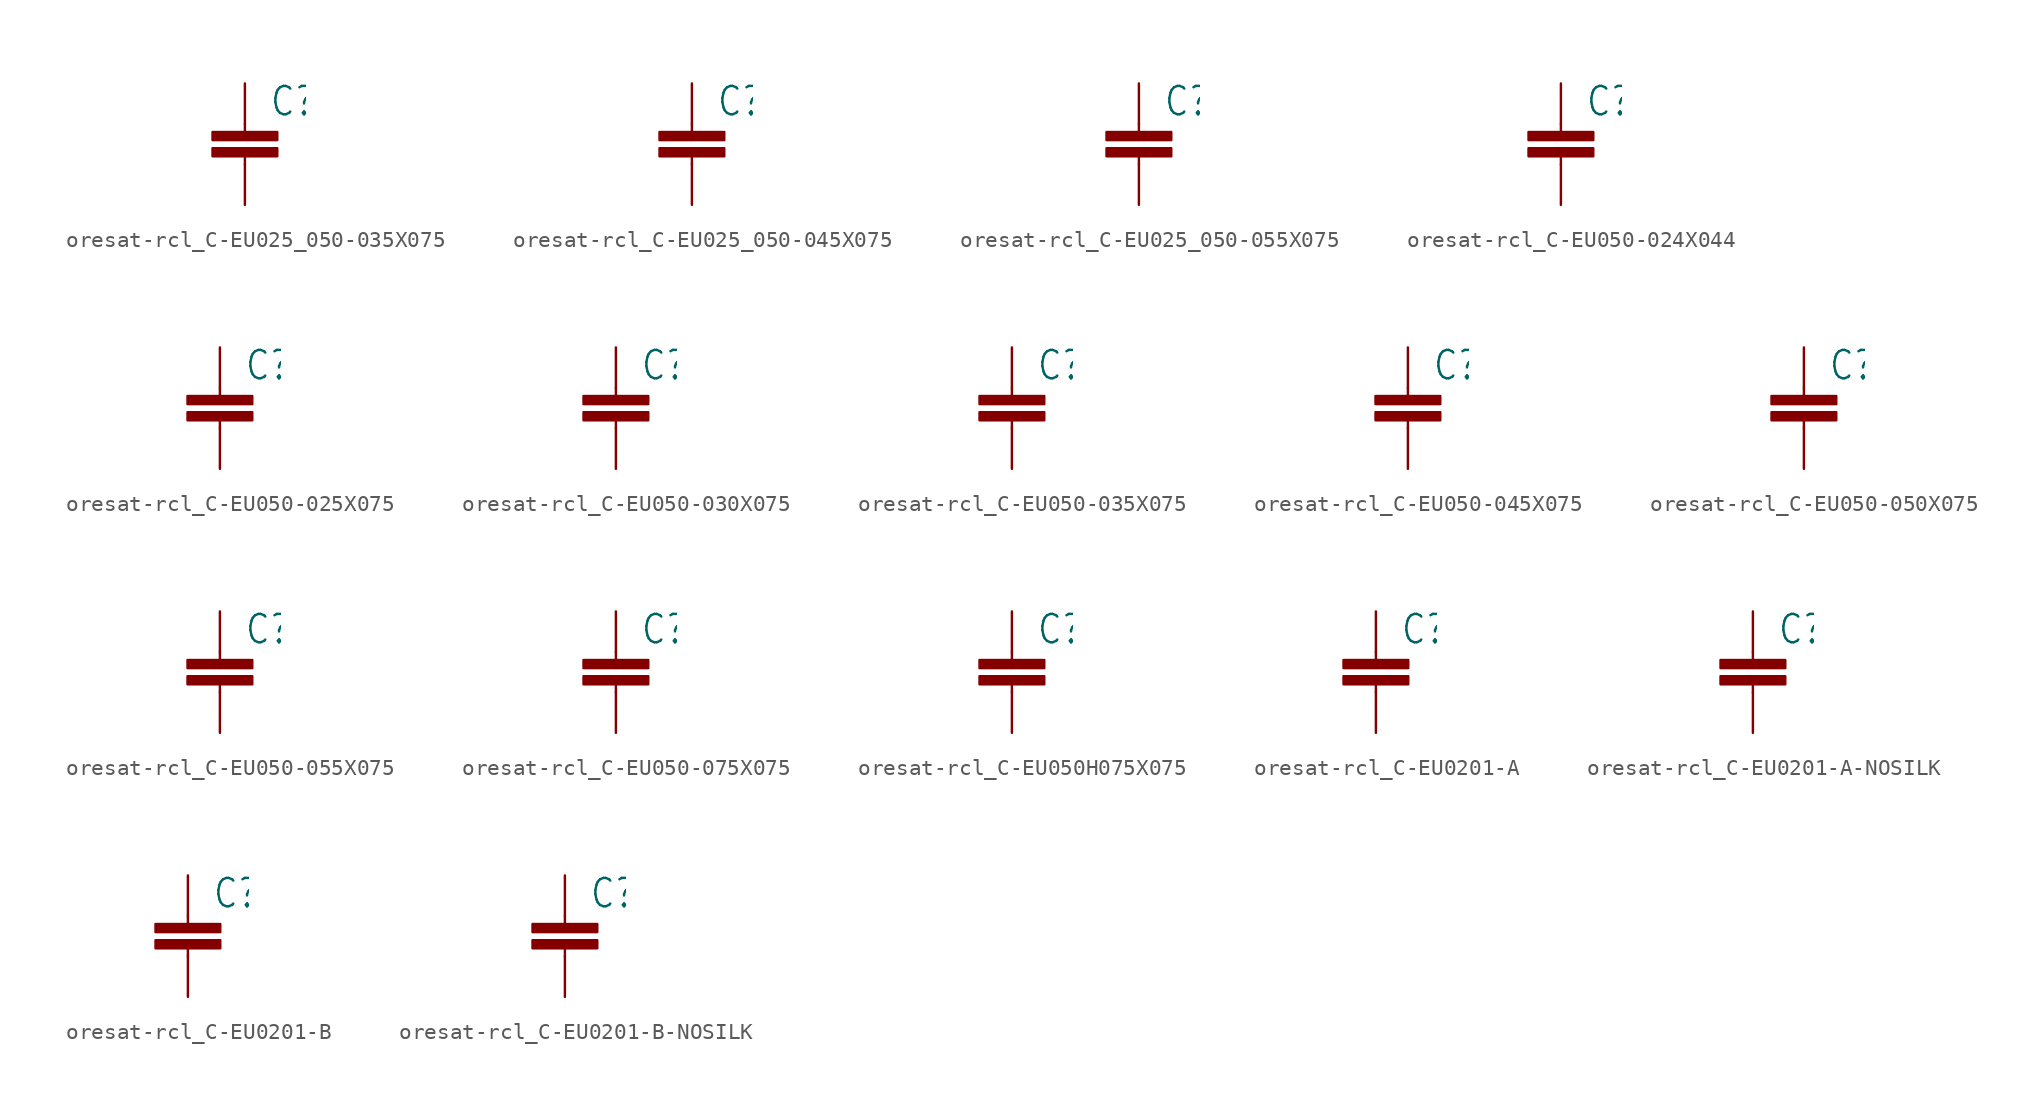
<source format=kicad_sym>
(kicad_symbol_lib
  (version 20220914)
  (generator kicad_symbol_editor)
  (symbol "oresat-rcl_C-EU025_050-035X075"
    (property "Reference" "C"
      (at 1.524 0.381 0)
      (effects (font (size 1.778 1.511)) (justify left bottom)))
    (property "Value" ""
      (at 1.524 -4.699 0)
      (effects (font (size 1.778 1.511)) (justify left bottom)))
    (property "ki_locked" ""
      (at 0 0 0)
      (effects (font (size 1.27 1.27))))
    (symbol "oresat-rcl_C-EU025_050-035X075_1_0"
      (rectangle (start -2.032 -2.032) (end 2.032 -1.524) (stroke (width 0) (type default)) (fill (type outline)))
      (rectangle (start -2.032 -1.016) (end 2.032 -0.508) (stroke (width 0) (type default)) (fill (type outline)))
      (polyline (pts (xy 0 -2.54) (xy 0 -2.032)) (stroke (width 0.152) (type solid)) (fill (type none)))
      (polyline (pts (xy 0 0) (xy 0 -0.508)) (stroke (width 0.152) (type solid)) (fill (type none)))
      (pin passive line (at 0 2.54 270) (length 2.54) (name "1" (effects (font (size 0 0)))) (number "1" (effects (font (size 0 0)))))
      (pin passive line (at 0 -5.08 90) (length 2.54) (name "2" (effects (font (size 0 0)))) (number "2" (effects (font (size 0 0)))))))
  (symbol "oresat-rcl_C-EU025_050-045X075"
    (property "Reference" "C"
      (at 1.524 0.381 0)
      (effects (font (size 1.778 1.511)) (justify left bottom)))
    (property "Value" ""
      (at 1.524 -4.699 0)
      (effects (font (size 1.778 1.511)) (justify left bottom)))
    (property "ki_locked" ""
      (at 0 0 0)
      (effects (font (size 1.27 1.27))))
    (symbol "oresat-rcl_C-EU025_050-045X075_1_0"
      (rectangle (start -2.032 -2.032) (end 2.032 -1.524) (stroke (width 0) (type default)) (fill (type outline)))
      (rectangle (start -2.032 -1.016) (end 2.032 -0.508) (stroke (width 0) (type default)) (fill (type outline)))
      (polyline (pts (xy 0 -2.54) (xy 0 -2.032)) (stroke (width 0.152) (type solid)) (fill (type none)))
      (polyline (pts (xy 0 0) (xy 0 -0.508)) (stroke (width 0.152) (type solid)) (fill (type none)))
      (pin passive line (at 0 2.54 270) (length 2.54) (name "1" (effects (font (size 0 0)))) (number "1" (effects (font (size 0 0)))))
      (pin passive line (at 0 -5.08 90) (length 2.54) (name "2" (effects (font (size 0 0)))) (number "2" (effects (font (size 0 0)))))))
  (symbol "oresat-rcl_C-EU025_050-055X075"
    (property "Reference" "C"
      (at 1.524 0.381 0)
      (effects (font (size 1.778 1.511)) (justify left bottom)))
    (property "Value" ""
      (at 1.524 -4.699 0)
      (effects (font (size 1.778 1.511)) (justify left bottom)))
    (property "ki_locked" ""
      (at 0 0 0)
      (effects (font (size 1.27 1.27))))
    (symbol "oresat-rcl_C-EU025_050-055X075_1_0"
      (rectangle (start -2.032 -2.032) (end 2.032 -1.524) (stroke (width 0) (type default)) (fill (type outline)))
      (rectangle (start -2.032 -1.016) (end 2.032 -0.508) (stroke (width 0) (type default)) (fill (type outline)))
      (polyline (pts (xy 0 -2.54) (xy 0 -2.032)) (stroke (width 0.152) (type solid)) (fill (type none)))
      (polyline (pts (xy 0 0) (xy 0 -0.508)) (stroke (width 0.152) (type solid)) (fill (type none)))
      (pin passive line (at 0 2.54 270) (length 2.54) (name "1" (effects (font (size 0 0)))) (number "1" (effects (font (size 0 0)))))
      (pin passive line (at 0 -5.08 90) (length 2.54) (name "2" (effects (font (size 0 0)))) (number "2" (effects (font (size 0 0)))))))
  (symbol "oresat-rcl_C-EU050-024X044"
    (property "Reference" "C"
      (at 1.524 0.381 0)
      (effects (font (size 1.778 1.511)) (justify left bottom)))
    (property "Value" ""
      (at 1.524 -4.699 0)
      (effects (font (size 1.778 1.511)) (justify left bottom)))
    (property "ki_locked" ""
      (at 0 0 0)
      (effects (font (size 1.27 1.27))))
    (symbol "oresat-rcl_C-EU050-024X044_1_0"
      (rectangle (start -2.032 -2.032) (end 2.032 -1.524) (stroke (width 0) (type default)) (fill (type outline)))
      (rectangle (start -2.032 -1.016) (end 2.032 -0.508) (stroke (width 0) (type default)) (fill (type outline)))
      (polyline (pts (xy 0 -2.54) (xy 0 -2.032)) (stroke (width 0.152) (type solid)) (fill (type none)))
      (polyline (pts (xy 0 0) (xy 0 -0.508)) (stroke (width 0.152) (type solid)) (fill (type none)))
      (pin passive line (at 0 2.54 270) (length 2.54) (name "1" (effects (font (size 0 0)))) (number "1" (effects (font (size 0 0)))))
      (pin passive line (at 0 -5.08 90) (length 2.54) (name "2" (effects (font (size 0 0)))) (number "2" (effects (font (size 0 0)))))))
  (symbol "oresat-rcl_C-EU050-025X075"
    (property "Reference" "C"
      (at 1.524 0.381 0)
      (effects (font (size 1.778 1.511)) (justify left bottom)))
    (property "Value" ""
      (at 1.524 -4.699 0)
      (effects (font (size 1.778 1.511)) (justify left bottom)))
    (property "ki_locked" ""
      (at 0 0 0)
      (effects (font (size 1.27 1.27))))
    (symbol "oresat-rcl_C-EU050-025X075_1_0"
      (rectangle (start -2.032 -2.032) (end 2.032 -1.524) (stroke (width 0) (type default)) (fill (type outline)))
      (rectangle (start -2.032 -1.016) (end 2.032 -0.508) (stroke (width 0) (type default)) (fill (type outline)))
      (polyline (pts (xy 0 -2.54) (xy 0 -2.032)) (stroke (width 0.152) (type solid)) (fill (type none)))
      (polyline (pts (xy 0 0) (xy 0 -0.508)) (stroke (width 0.152) (type solid)) (fill (type none)))
      (pin passive line (at 0 2.54 270) (length 2.54) (name "1" (effects (font (size 0 0)))) (number "1" (effects (font (size 0 0)))))
      (pin passive line (at 0 -5.08 90) (length 2.54) (name "2" (effects (font (size 0 0)))) (number "2" (effects (font (size 0 0)))))))
  (symbol "oresat-rcl_C-EU050-030X075"
    (property "Reference" "C"
      (at 1.524 0.381 0)
      (effects (font (size 1.778 1.511)) (justify left bottom)))
    (property "Value" ""
      (at 1.524 -4.699 0)
      (effects (font (size 1.778 1.511)) (justify left bottom)))
    (property "ki_locked" ""
      (at 0 0 0)
      (effects (font (size 1.27 1.27))))
    (symbol "oresat-rcl_C-EU050-030X075_1_0"
      (rectangle (start -2.032 -2.032) (end 2.032 -1.524) (stroke (width 0) (type default)) (fill (type outline)))
      (rectangle (start -2.032 -1.016) (end 2.032 -0.508) (stroke (width 0) (type default)) (fill (type outline)))
      (polyline (pts (xy 0 -2.54) (xy 0 -2.032)) (stroke (width 0.152) (type solid)) (fill (type none)))
      (polyline (pts (xy 0 0) (xy 0 -0.508)) (stroke (width 0.152) (type solid)) (fill (type none)))
      (pin passive line (at 0 2.54 270) (length 2.54) (name "1" (effects (font (size 0 0)))) (number "1" (effects (font (size 0 0)))))
      (pin passive line (at 0 -5.08 90) (length 2.54) (name "2" (effects (font (size 0 0)))) (number "2" (effects (font (size 0 0)))))))
  (symbol "oresat-rcl_C-EU050-035X075"
    (property "Reference" "C"
      (at 1.524 0.381 0)
      (effects (font (size 1.778 1.511)) (justify left bottom)))
    (property "Value" ""
      (at 1.524 -4.699 0)
      (effects (font (size 1.778 1.511)) (justify left bottom)))
    (property "ki_locked" ""
      (at 0 0 0)
      (effects (font (size 1.27 1.27))))
    (symbol "oresat-rcl_C-EU050-035X075_1_0"
      (rectangle (start -2.032 -2.032) (end 2.032 -1.524) (stroke (width 0) (type default)) (fill (type outline)))
      (rectangle (start -2.032 -1.016) (end 2.032 -0.508) (stroke (width 0) (type default)) (fill (type outline)))
      (polyline (pts (xy 0 -2.54) (xy 0 -2.032)) (stroke (width 0.152) (type solid)) (fill (type none)))
      (polyline (pts (xy 0 0) (xy 0 -0.508)) (stroke (width 0.152) (type solid)) (fill (type none)))
      (pin passive line (at 0 2.54 270) (length 2.54) (name "1" (effects (font (size 0 0)))) (number "1" (effects (font (size 0 0)))))
      (pin passive line (at 0 -5.08 90) (length 2.54) (name "2" (effects (font (size 0 0)))) (number "2" (effects (font (size 0 0)))))))
  (symbol "oresat-rcl_C-EU050-045X075"
    (property "Reference" "C"
      (at 1.524 0.381 0)
      (effects (font (size 1.778 1.511)) (justify left bottom)))
    (property "Value" ""
      (at 1.524 -4.699 0)
      (effects (font (size 1.778 1.511)) (justify left bottom)))
    (property "ki_locked" ""
      (at 0 0 0)
      (effects (font (size 1.27 1.27))))
    (symbol "oresat-rcl_C-EU050-045X075_1_0"
      (rectangle (start -2.032 -2.032) (end 2.032 -1.524) (stroke (width 0) (type default)) (fill (type outline)))
      (rectangle (start -2.032 -1.016) (end 2.032 -0.508) (stroke (width 0) (type default)) (fill (type outline)))
      (polyline (pts (xy 0 -2.54) (xy 0 -2.032)) (stroke (width 0.152) (type solid)) (fill (type none)))
      (polyline (pts (xy 0 0) (xy 0 -0.508)) (stroke (width 0.152) (type solid)) (fill (type none)))
      (pin passive line (at 0 2.54 270) (length 2.54) (name "1" (effects (font (size 0 0)))) (number "1" (effects (font (size 0 0)))))
      (pin passive line (at 0 -5.08 90) (length 2.54) (name "2" (effects (font (size 0 0)))) (number "2" (effects (font (size 0 0)))))))
  (symbol "oresat-rcl_C-EU050-050X075"
    (property "Reference" "C"
      (at 1.524 0.381 0)
      (effects (font (size 1.778 1.511)) (justify left bottom)))
    (property "Value" ""
      (at 1.524 -4.699 0)
      (effects (font (size 1.778 1.511)) (justify left bottom)))
    (property "ki_locked" ""
      (at 0 0 0)
      (effects (font (size 1.27 1.27))))
    (symbol "oresat-rcl_C-EU050-050X075_1_0"
      (rectangle (start -2.032 -2.032) (end 2.032 -1.524) (stroke (width 0) (type default)) (fill (type outline)))
      (rectangle (start -2.032 -1.016) (end 2.032 -0.508) (stroke (width 0) (type default)) (fill (type outline)))
      (polyline (pts (xy 0 -2.54) (xy 0 -2.032)) (stroke (width 0.152) (type solid)) (fill (type none)))
      (polyline (pts (xy 0 0) (xy 0 -0.508)) (stroke (width 0.152) (type solid)) (fill (type none)))
      (pin passive line (at 0 2.54 270) (length 2.54) (name "1" (effects (font (size 0 0)))) (number "1" (effects (font (size 0 0)))))
      (pin passive line (at 0 -5.08 90) (length 2.54) (name "2" (effects (font (size 0 0)))) (number "2" (effects (font (size 0 0)))))))
  (symbol "oresat-rcl_C-EU050-055X075"
    (property "Reference" "C"
      (at 1.524 0.381 0)
      (effects (font (size 1.778 1.511)) (justify left bottom)))
    (property "Value" ""
      (at 1.524 -4.699 0)
      (effects (font (size 1.778 1.511)) (justify left bottom)))
    (property "ki_locked" ""
      (at 0 0 0)
      (effects (font (size 1.27 1.27))))
    (symbol "oresat-rcl_C-EU050-055X075_1_0"
      (rectangle (start -2.032 -2.032) (end 2.032 -1.524) (stroke (width 0) (type default)) (fill (type outline)))
      (rectangle (start -2.032 -1.016) (end 2.032 -0.508) (stroke (width 0) (type default)) (fill (type outline)))
      (polyline (pts (xy 0 -2.54) (xy 0 -2.032)) (stroke (width 0.152) (type solid)) (fill (type none)))
      (polyline (pts (xy 0 0) (xy 0 -0.508)) (stroke (width 0.152) (type solid)) (fill (type none)))
      (pin passive line (at 0 2.54 270) (length 2.54) (name "1" (effects (font (size 0 0)))) (number "1" (effects (font (size 0 0)))))
      (pin passive line (at 0 -5.08 90) (length 2.54) (name "2" (effects (font (size 0 0)))) (number "2" (effects (font (size 0 0)))))))
  (symbol "oresat-rcl_C-EU050-075X075"
    (property "Reference" "C"
      (at 1.524 0.381 0)
      (effects (font (size 1.778 1.511)) (justify left bottom)))
    (property "Value" ""
      (at 1.524 -4.699 0)
      (effects (font (size 1.778 1.511)) (justify left bottom)))
    (property "ki_locked" ""
      (at 0 0 0)
      (effects (font (size 1.27 1.27))))
    (symbol "oresat-rcl_C-EU050-075X075_1_0"
      (rectangle (start -2.032 -2.032) (end 2.032 -1.524) (stroke (width 0) (type default)) (fill (type outline)))
      (rectangle (start -2.032 -1.016) (end 2.032 -0.508) (stroke (width 0) (type default)) (fill (type outline)))
      (polyline (pts (xy 0 -2.54) (xy 0 -2.032)) (stroke (width 0.152) (type solid)) (fill (type none)))
      (polyline (pts (xy 0 0) (xy 0 -0.508)) (stroke (width 0.152) (type solid)) (fill (type none)))
      (pin passive line (at 0 2.54 270) (length 2.54) (name "1" (effects (font (size 0 0)))) (number "1" (effects (font (size 0 0)))))
      (pin passive line (at 0 -5.08 90) (length 2.54) (name "2" (effects (font (size 0 0)))) (number "2" (effects (font (size 0 0)))))))
  (symbol "oresat-rcl_C-EU050H075X075"
    (property "Reference" "C"
      (at 1.524 0.381 0)
      (effects (font (size 1.778 1.511)) (justify left bottom)))
    (property "Value" ""
      (at 1.524 -4.699 0)
      (effects (font (size 1.778 1.511)) (justify left bottom)))
    (property "ki_locked" ""
      (at 0 0 0)
      (effects (font (size 1.27 1.27))))
    (symbol "oresat-rcl_C-EU050H075X075_1_0"
      (rectangle (start -2.032 -2.032) (end 2.032 -1.524) (stroke (width 0) (type default)) (fill (type outline)))
      (rectangle (start -2.032 -1.016) (end 2.032 -0.508) (stroke (width 0) (type default)) (fill (type outline)))
      (polyline (pts (xy 0 -2.54) (xy 0 -2.032)) (stroke (width 0.152) (type solid)) (fill (type none)))
      (polyline (pts (xy 0 0) (xy 0 -0.508)) (stroke (width 0.152) (type solid)) (fill (type none)))
      (pin passive line (at 0 2.54 270) (length 2.54) (name "1" (effects (font (size 0 0)))) (number "1" (effects (font (size 0 0)))))
      (pin passive line (at 0 -5.08 90) (length 2.54) (name "2" (effects (font (size 0 0)))) (number "2" (effects (font (size 0 0)))))))
  (symbol "oresat-rcl_C-EU0201-A"
    (property "Reference" "C"
      (at 1.524 0.381 0)
      (effects (font (size 1.778 1.511)) (justify left bottom)))
    (property "Value" ""
      (at 1.524 -4.699 0)
      (effects (font (size 1.778 1.511)) (justify left bottom)))
    (property "ki_locked" ""
      (at 0 0 0)
      (effects (font (size 1.27 1.27))))
    (symbol "oresat-rcl_C-EU0201-A_1_0"
      (rectangle (start -2.032 -2.032) (end 2.032 -1.524) (stroke (width 0) (type default)) (fill (type outline)))
      (rectangle (start -2.032 -1.016) (end 2.032 -0.508) (stroke (width 0) (type default)) (fill (type outline)))
      (polyline (pts (xy 0 -2.54) (xy 0 -2.032)) (stroke (width 0.152) (type solid)) (fill (type none)))
      (polyline (pts (xy 0 0) (xy 0 -0.508)) (stroke (width 0.152) (type solid)) (fill (type none)))
      (pin passive line (at 0 2.54 270) (length 2.54) (name "1" (effects (font (size 0 0)))) (number "1" (effects (font (size 0 0)))))
      (pin passive line (at 0 -5.08 90) (length 2.54) (name "2" (effects (font (size 0 0)))) (number "2" (effects (font (size 0 0)))))))
  (symbol "oresat-rcl_C-EU0201-A-NOSILK"
    (property "Reference" "C"
      (at 1.524 0.381 0)
      (effects (font (size 1.778 1.511)) (justify left bottom)))
    (property "Value" ""
      (at 1.524 -4.699 0)
      (effects (font (size 1.778 1.511)) (justify left bottom)))
    (property "ki_locked" ""
      (at 0 0 0)
      (effects (font (size 1.27 1.27))))
    (symbol "oresat-rcl_C-EU0201-A-NOSILK_1_0"
      (rectangle (start -2.032 -2.032) (end 2.032 -1.524) (stroke (width 0) (type default)) (fill (type outline)))
      (rectangle (start -2.032 -1.016) (end 2.032 -0.508) (stroke (width 0) (type default)) (fill (type outline)))
      (polyline (pts (xy 0 -2.54) (xy 0 -2.032)) (stroke (width 0.152) (type solid)) (fill (type none)))
      (polyline (pts (xy 0 0) (xy 0 -0.508)) (stroke (width 0.152) (type solid)) (fill (type none)))
      (pin passive line (at 0 2.54 270) (length 2.54) (name "1" (effects (font (size 0 0)))) (number "1" (effects (font (size 0 0)))))
      (pin passive line (at 0 -5.08 90) (length 2.54) (name "2" (effects (font (size 0 0)))) (number "2" (effects (font (size 0 0)))))))
  (symbol "oresat-rcl_C-EU0201-B"
    (property "Reference" "C"
      (at 1.524 0.381 0)
      (effects (font (size 1.778 1.511)) (justify left bottom)))
    (property "Value" ""
      (at 1.524 -4.699 0)
      (effects (font (size 1.778 1.511)) (justify left bottom)))
    (property "ki_locked" ""
      (at 0 0 0)
      (effects (font (size 1.27 1.27))))
    (symbol "oresat-rcl_C-EU0201-B_1_0"
      (rectangle (start -2.032 -2.032) (end 2.032 -1.524) (stroke (width 0) (type default)) (fill (type outline)))
      (rectangle (start -2.032 -1.016) (end 2.032 -0.508) (stroke (width 0) (type default)) (fill (type outline)))
      (polyline (pts (xy 0 -2.54) (xy 0 -2.032)) (stroke (width 0.152) (type solid)) (fill (type none)))
      (polyline (pts (xy 0 0) (xy 0 -0.508)) (stroke (width 0.152) (type solid)) (fill (type none)))
      (pin passive line (at 0 2.54 270) (length 2.54) (name "1" (effects (font (size 0 0)))) (number "1" (effects (font (size 0 0)))))
      (pin passive line (at 0 -5.08 90) (length 2.54) (name "2" (effects (font (size 0 0)))) (number "2" (effects (font (size 0 0)))))))
  (symbol "oresat-rcl_C-EU0201-B-NOSILK"
    (property "Reference" "C"
      (at 1.524 0.381 0)
      (effects (font (size 1.778 1.511)) (justify left bottom)))
    (property "Value" ""
      (at 1.524 -4.699 0)
      (effects (font (size 1.778 1.511)) (justify left bottom)))
    (property "ki_locked" ""
      (at 0 0 0)
      (effects (font (size 1.27 1.27))))
    (symbol "oresat-rcl_C-EU0201-B-NOSILK_1_0"
      (rectangle (start -2.032 -2.032) (end 2.032 -1.524) (stroke (width 0) (type default)) (fill (type outline)))
      (rectangle (start -2.032 -1.016) (end 2.032 -0.508) (stroke (width 0) (type default)) (fill (type outline)))
      (polyline (pts (xy 0 -2.54) (xy 0 -2.032)) (stroke (width 0.152) (type solid)) (fill (type none)))
      (polyline (pts (xy 0 0) (xy 0 -0.508)) (stroke (width 0.152) (type solid)) (fill (type none)))
      (pin passive line (at 0 2.54 270) (length 2.54) (name "1" (effects (font (size 0 0)))) (number "1" (effects (font (size 0 0)))))
      (pin passive line (at 0 -5.08 90) (length 2.54) (name "2" (effects (font (size 0 0)))) (number "2" (effects (font (size 0 0))))))))
</source>
